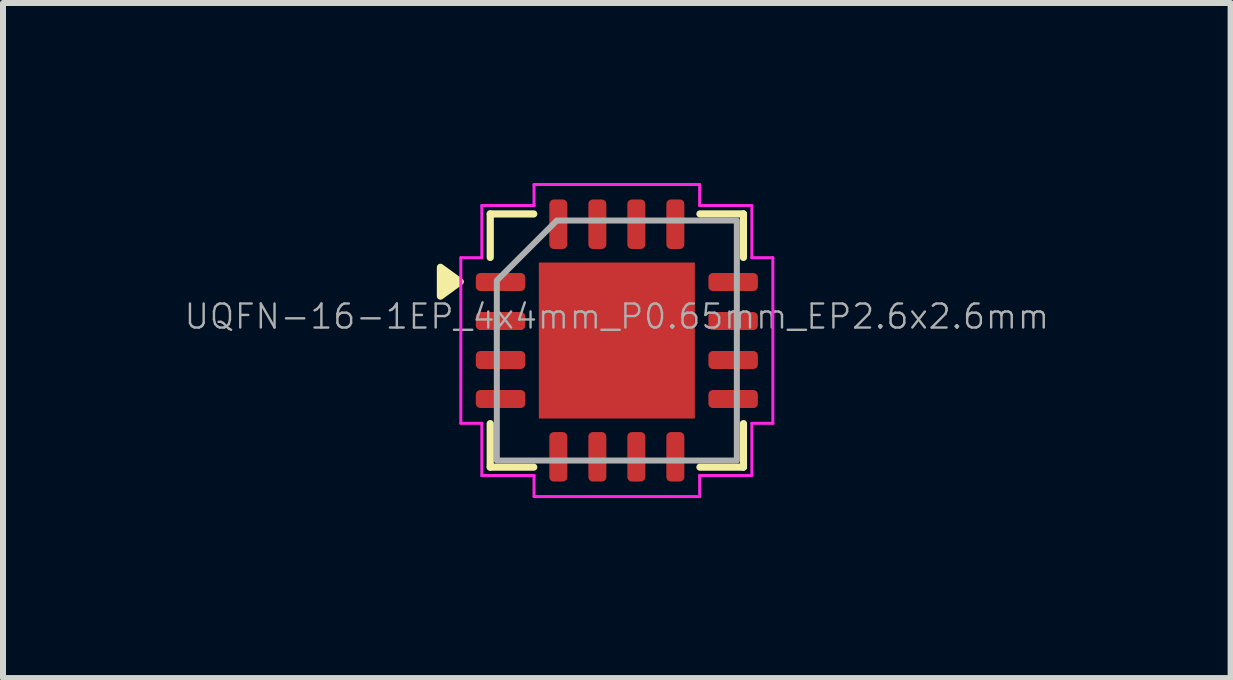
<source format=kicad_pcb>
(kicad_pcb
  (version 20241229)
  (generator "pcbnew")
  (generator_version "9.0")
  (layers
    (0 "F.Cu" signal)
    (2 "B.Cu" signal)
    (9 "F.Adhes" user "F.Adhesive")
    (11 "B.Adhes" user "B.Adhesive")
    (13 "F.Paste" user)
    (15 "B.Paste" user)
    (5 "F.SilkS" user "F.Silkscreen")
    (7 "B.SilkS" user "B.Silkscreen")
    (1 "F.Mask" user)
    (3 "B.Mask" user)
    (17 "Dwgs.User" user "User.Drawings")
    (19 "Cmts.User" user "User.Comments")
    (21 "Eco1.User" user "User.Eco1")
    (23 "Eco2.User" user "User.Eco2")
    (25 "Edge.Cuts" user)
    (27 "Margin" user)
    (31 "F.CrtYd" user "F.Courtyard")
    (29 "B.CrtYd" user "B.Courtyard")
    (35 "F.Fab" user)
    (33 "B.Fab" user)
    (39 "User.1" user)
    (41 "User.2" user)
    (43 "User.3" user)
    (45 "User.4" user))
  (footprint "UQFN-16-1EP_4x4mm_P0.65mm_EP2.6x2.6mm"
    (layer "F.Cu")
    (at 7.23 2.625)
    (property "Reference" "UQFN-16-1EP_4x4mm_P0.65mm_EP2.6x2.6mm" (at 0 -0.4 0) (layer "F.Fab") (effects (font (size 0.4 0.4) (thickness 0.04))))
    (attr smd)
    (fp_line (start -2.11 -2.11) (end -1.385 -2.11) (stroke (width 0.12) (type solid)) (layer "F.SilkS"))
    (fp_line (start -2.11 -1.385) (end -2.11 -2.11) (stroke (width 0.12) (type solid)) (layer "F.SilkS"))
    (fp_line (start -2.11 2.11) (end -2.11 1.385) (stroke (width 0.12) (type solid)) (layer "F.SilkS"))
    (fp_line (start -1.385 2.11) (end -2.11 2.11) (stroke (width 0.12) (type solid)) (layer "F.SilkS"))
    (fp_line (start 1.385 -2.11) (end 2.11 -2.11) (stroke (width 0.12) (type solid)) (layer "F.SilkS"))
    (fp_line (start 2.11 -2.11) (end 2.11 -1.385) (stroke (width 0.12) (type solid)) (layer "F.SilkS"))
    (fp_line (start 2.11 1.385) (end 2.11 2.11) (stroke (width 0.12) (type solid)) (layer "F.SilkS"))
    (fp_line (start 2.11 2.11) (end 1.385 2.11) (stroke (width 0.12) (type solid)) (layer "F.SilkS"))
    (fp_poly (pts (xy -2.61 -0.98) (xy -2.94 -0.74) (xy -2.94 -1.22)) (stroke (width 0.12) (type solid)) (fill yes) (layer "F.SilkS"))
    (fp_line (start -2.6 -1.38) (end -2.25 -1.38) (stroke (width 0.05) (type solid)) (layer "F.CrtYd"))
    (fp_line (start -2.6 1.38) (end -2.6 -1.38) (stroke (width 0.05) (type solid)) (layer "F.CrtYd"))
    (fp_line (start -2.25 -2.25) (end -1.38 -2.25) (stroke (width 0.05) (type solid)) (layer "F.CrtYd"))
    (fp_line (start -2.25 -1.38) (end -2.25 -2.25) (stroke (width 0.05) (type solid)) (layer "F.CrtYd"))
    (fp_line (start -2.25 1.38) (end -2.6 1.38) (stroke (width 0.05) (type solid)) (layer "F.CrtYd"))
    (fp_line (start -2.25 2.25) (end -2.25 1.38) (stroke (width 0.05) (type solid)) (layer "F.CrtYd"))
    (fp_line (start -1.38 -2.6) (end 1.38 -2.6) (stroke (width 0.05) (type solid)) (layer "F.CrtYd"))
    (fp_line (start -1.38 -2.25) (end -1.38 -2.6) (stroke (width 0.05) (type solid)) (layer "F.CrtYd"))
    (fp_line (start -1.38 2.25) (end -2.25 2.25) (stroke (width 0.05) (type solid)) (layer "F.CrtYd"))
    (fp_line (start -1.38 2.6) (end -1.38 2.25) (stroke (width 0.05) (type solid)) (layer "F.CrtYd"))
    (fp_line (start 1.38 -2.6) (end 1.38 -2.25) (stroke (width 0.05) (type solid)) (layer "F.CrtYd"))
    (fp_line (start 1.38 -2.25) (end 2.25 -2.25) (stroke (width 0.05) (type solid)) (layer "F.CrtYd"))
    (fp_line (start 1.38 2.25) (end 1.38 2.6) (stroke (width 0.05) (type solid)) (layer "F.CrtYd"))
    (fp_line (start 1.38 2.6) (end -1.38 2.6) (stroke (width 0.05) (type solid)) (layer "F.CrtYd"))
    (fp_line (start 2.25 -2.25) (end 2.25 -1.38) (stroke (width 0.05) (type solid)) (layer "F.CrtYd"))
    (fp_line (start 2.25 -1.38) (end 2.6 -1.38) (stroke (width 0.05) (type solid)) (layer "F.CrtYd"))
    (fp_line (start 2.25 1.38) (end 2.25 2.25) (stroke (width 0.05) (type solid)) (layer "F.CrtYd"))
    (fp_line (start 2.25 2.25) (end 1.38 2.25) (stroke (width 0.05) (type solid)) (layer "F.CrtYd"))
    (fp_line (start 2.6 -1.38) (end 2.6 1.38) (stroke (width 0.05) (type solid)) (layer "F.CrtYd"))
    (fp_line (start 2.6 1.38) (end 2.25 1.38) (stroke (width 0.05) (type solid)) (layer "F.CrtYd"))
    (fp_poly (pts (xy -2 -1) (xy -2 2) (xy 2 2) (xy 2 -2) (xy -1 -2)) (stroke (width 0.1) (type solid)) (fill no) (layer "F.Fab"))
    (pad "" smd roundrect (at -0.65 -0.65) (size 1.05 1.05) (layers "F.Paste") (roundrect_rratio 0.238))
    (pad "" smd roundrect (at -0.65 0.65) (size 1.05 1.05) (layers "F.Paste") (roundrect_rratio 0.238))
    (pad "" smd roundrect (at 0.65 -0.65) (size 1.05 1.05) (layers "F.Paste") (roundrect_rratio 0.238))
    (pad "" smd roundrect (at 0.65 0.65) (size 1.05 1.05) (layers "F.Paste") (roundrect_rratio 0.238))
    (pad "1" smd roundrect (at -1.938 -0.975) (size 0.825 0.3) (layers "F.Cu" "F.Mask" "F.Paste") (roundrect_rratio 0.25))
    (pad "2" smd roundrect (at -1.938 -0.325) (size 0.825 0.3) (layers "F.Cu" "F.Mask" "F.Paste") (roundrect_rratio 0.25))
    (pad "3" smd roundrect (at -1.938 0.325) (size 0.825 0.3) (layers "F.Cu" "F.Mask" "F.Paste") (roundrect_rratio 0.25))
    (pad "4" smd roundrect (at -1.938 0.975) (size 0.825 0.3) (layers "F.Cu" "F.Mask" "F.Paste") (roundrect_rratio 0.25))
    (pad "5" smd roundrect (at -0.975 1.938) (size 0.3 0.825) (layers "F.Cu" "F.Mask" "F.Paste") (roundrect_rratio 0.25))
    (pad "6" smd roundrect (at -0.325 1.938) (size 0.3 0.825) (layers "F.Cu" "F.Mask" "F.Paste") (roundrect_rratio 0.25))
    (pad "7" smd roundrect (at 0.325 1.938) (size 0.3 0.825) (layers "F.Cu" "F.Mask" "F.Paste") (roundrect_rratio 0.25))
    (pad "8" smd roundrect (at 0.975 1.938) (size 0.3 0.825) (layers "F.Cu" "F.Mask" "F.Paste") (roundrect_rratio 0.25))
    (pad "9" smd roundrect (at 1.938 0.975) (size 0.825 0.3) (layers "F.Cu" "F.Mask" "F.Paste") (roundrect_rratio 0.25))
    (pad "10" smd roundrect (at 1.938 0.325) (size 0.825 0.3) (layers "F.Cu" "F.Mask" "F.Paste") (roundrect_rratio 0.25))
    (pad "11" smd roundrect (at 1.938 -0.325) (size 0.825 0.3) (layers "F.Cu" "F.Mask" "F.Paste") (roundrect_rratio 0.25))
    (pad "12" smd roundrect (at 1.938 -0.975) (size 0.825 0.3) (layers "F.Cu" "F.Mask" "F.Paste") (roundrect_rratio 0.25))
    (pad "13" smd roundrect (at 0.975 -1.938) (size 0.3 0.825) (layers "F.Cu" "F.Mask" "F.Paste") (roundrect_rratio 0.25))
    (pad "14" smd roundrect (at 0.325 -1.938) (size 0.3 0.825) (layers "F.Cu" "F.Mask" "F.Paste") (roundrect_rratio 0.25))
    (pad "15" smd roundrect (at -0.325 -1.938) (size 0.3 0.825) (layers "F.Cu" "F.Mask" "F.Paste") (roundrect_rratio 0.25))
    (pad "16" smd roundrect (at -0.975 -1.938) (size 0.3 0.825) (layers "F.Cu" "F.Mask" "F.Paste") (roundrect_rratio 0.25))
    (pad "17" smd rect (at 0 0) (size 2.6 2.6) (property pad_prop_heatsink) (layers "F.Cu" "F.Mask")))
  (gr_rect
    (start -3 -3)
    (end 17.459 8.25)
    (stroke (width 0.1) (type default))
    (fill no)
    (layer "Edge.Cuts")))
</source>
